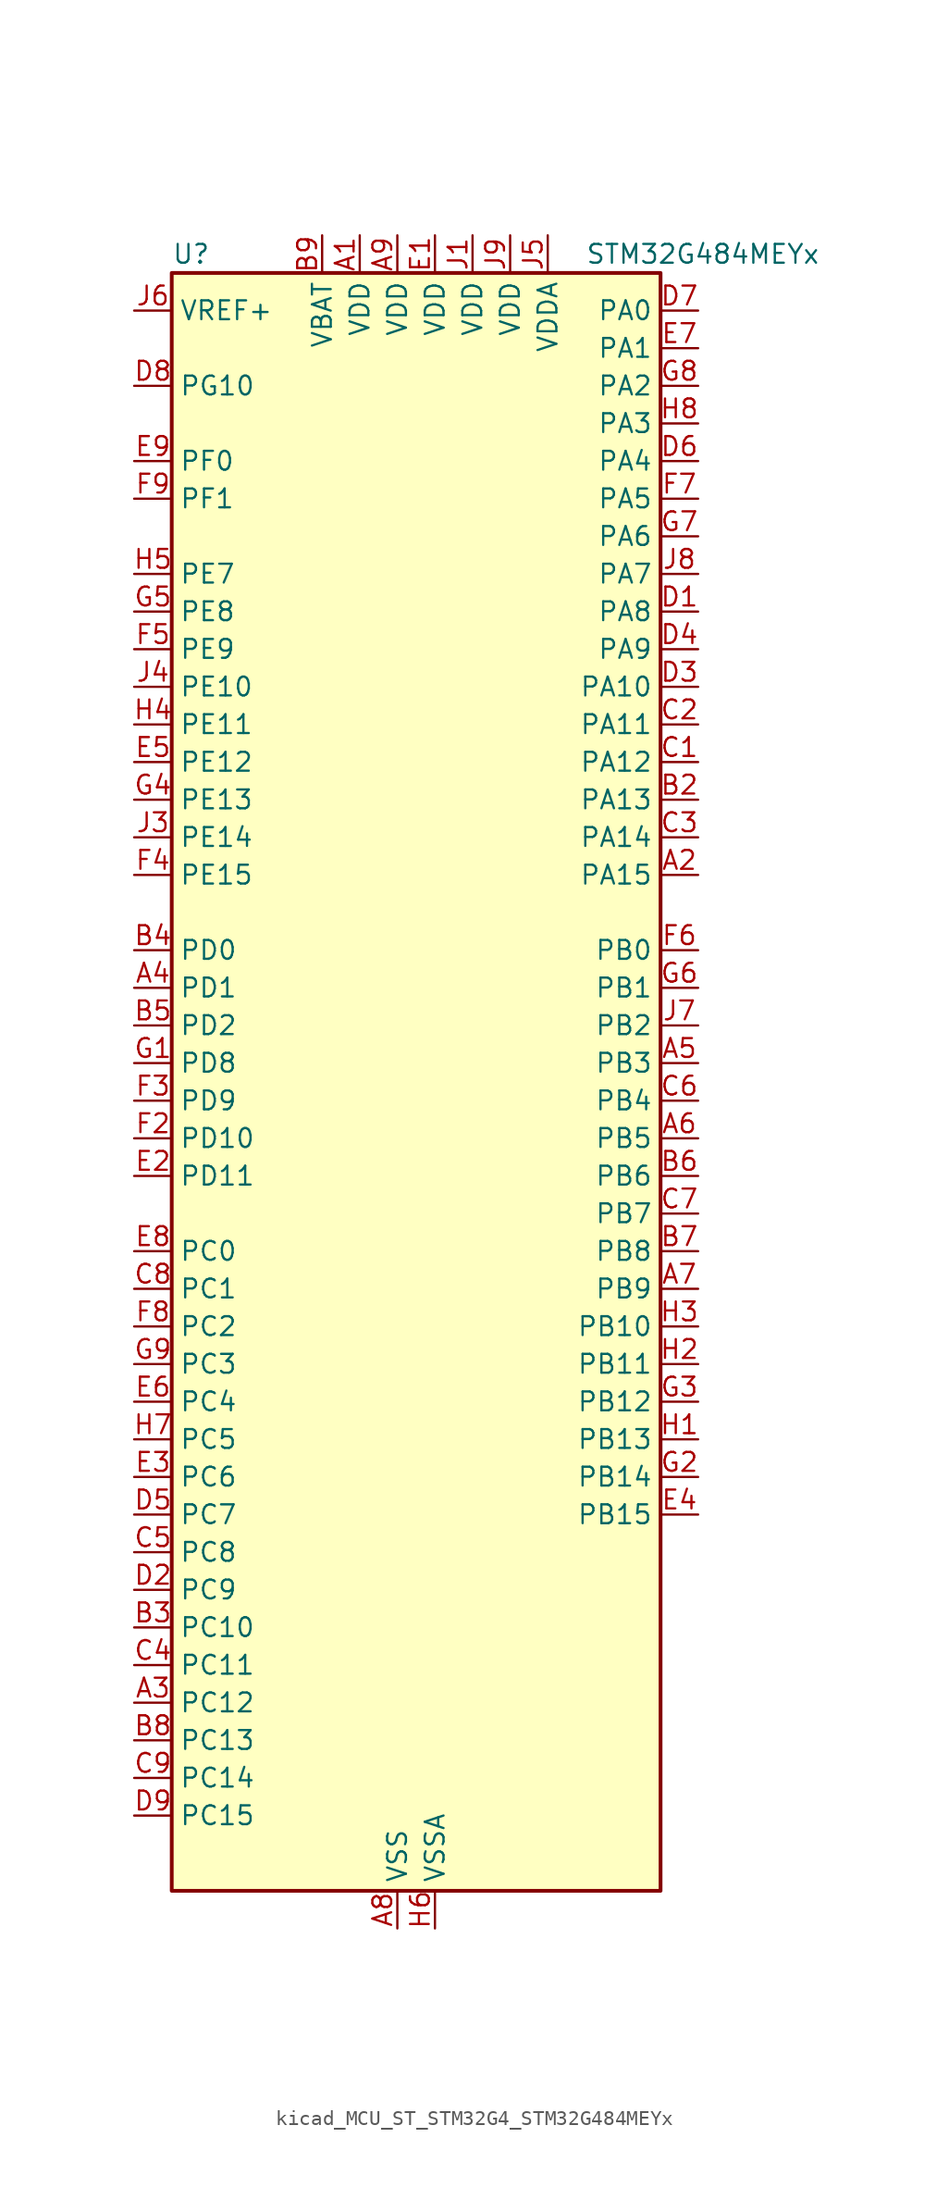
<source format=kicad_sym>
(kicad_symbol_lib
  (version 20220914)
  (generator kicad_symbol_editor)
  (symbol "kicad_MCU_ST_STM32G4_STM32G484MEYx"
    (property "Reference" "U"
      (at -15.24 57.15 0)
      (effects (font (size 1.27 1.27)) (justify left)))
    (property "Value" "STM32G484MEYx"
      (at 12.7 57.15 0)
      (effects (font (size 1.27 1.27)) (justify left)))
    (property "ki_locked" ""
      (at 0 0 0)
      (effects (font (size 1.27 1.27))))
    (symbol "kicad_MCU_ST_STM32G4_STM32G484MEYx_0_1"
      (rectangle (start -15.24 -53.34) (end 17.78 55.88) (stroke (width 0.254) (type default)) (fill (type background))))
    (symbol "kicad_MCU_ST_STM32G4_STM32G484MEYx_1_1"
      (pin power_in line (at -2.54 58.42 270) (length 2.54) (name "VDD" (effects (font (size 1.27 1.27)))) (number "A1" (effects (font (size 1.27 1.27)))))
      (pin bidirectional line (at 20.32 15.24 180) (length 2.54) (name "PA15" (effects (font (size 1.27 1.27)))) (number "A2" (effects (font (size 1.27 1.27)))) (alternate "ADC1_EXTI15" bidirectional line) (alternate "ADC2_EXTI15" bidirectional line) (alternate "FDCAN3_TX" bidirectional line) (alternate "HRTIM1_FLT2" bidirectional line) (alternate "I2C1_SCL" bidirectional line) (alternate "I2S3_WS" bidirectional line) (alternate "SPI1_NSS" bidirectional line) (alternate "SPI3_NSS" bidirectional line) (alternate "SYS_JTDI" bidirectional line) (alternate "TIM1_BKIN" bidirectional line) (alternate "TIM2_CH1" bidirectional line) (alternate "TIM2_ETR" bidirectional line) (alternate "TIM8_CH1" bidirectional line) (alternate "UART4_DE" bidirectional line) (alternate "UART4_RTS" bidirectional line) (alternate "USART2_RX" bidirectional line))
      (pin bidirectional line (at -17.78 -40.64 0) (length 2.54) (name "PC12" (effects (font (size 1.27 1.27)))) (number "A3" (effects (font (size 1.27 1.27)))) (alternate "HRTIM1_EEV1" bidirectional line) (alternate "I2S3_SD" bidirectional line) (alternate "SPI3_MOSI" bidirectional line) (alternate "TIM5_CH2" bidirectional line) (alternate "TIM8_CH3N" bidirectional line) (alternate "UART5_TX" bidirectional line) (alternate "UCPD1_FRSTX1" bidirectional line) (alternate "UCPD1_FRSTX2" bidirectional line) (alternate "USART3_CK" bidirectional line))
      (pin bidirectional line (at -17.78 7.62 0) (length 2.54) (name "PD1" (effects (font (size 1.27 1.27)))) (number "A4" (effects (font (size 1.27 1.27)))) (alternate "FDCAN1_TX" bidirectional line) (alternate "TIM8_BKIN2" bidirectional line) (alternate "TIM8_CH4" bidirectional line))
      (pin bidirectional line (at 20.32 2.54 180) (length 2.54) (name "PB3" (effects (font (size 1.27 1.27)))) (number "A5" (effects (font (size 1.27 1.27)))) (alternate "ADC3_EXTI3" bidirectional line) (alternate "ADC4_EXTI3" bidirectional line) (alternate "ADC5_EXTI3" bidirectional line) (alternate "CRS_SYNC" bidirectional line) (alternate "FDCAN3_RX" bidirectional line) (alternate "HRTIM1_EEV9" bidirectional line) (alternate "HRTIM1_SCOUT" bidirectional line) (alternate "I2S3_CK" bidirectional line) (alternate "SAI1_SCK_B" bidirectional line) (alternate "SPI1_SCK" bidirectional line) (alternate "SPI3_SCK" bidirectional line) (alternate "SYS_JTDO-SWO" bidirectional line) (alternate "TIM2_CH2" bidirectional line) (alternate "TIM3_ETR" bidirectional line) (alternate "TIM4_ETR" bidirectional line) (alternate "TIM8_CH1N" bidirectional line) (alternate "USART2_TX" bidirectional line))
      (pin bidirectional line (at 20.32 -2.54 180) (length 2.54) (name "PB5" (effects (font (size 1.27 1.27)))) (number "A6" (effects (font (size 1.27 1.27)))) (alternate "FDCAN2_RX" bidirectional line) (alternate "HRTIM1_EEV6" bidirectional line) (alternate "I2C1_SMBA" bidirectional line) (alternate "I2C3_SDA" bidirectional line) (alternate "I2S3_SD" bidirectional line) (alternate "LPTIM1_IN1" bidirectional line) (alternate "SAI1_SD_B" bidirectional line) (alternate "SPI1_MOSI" bidirectional line) (alternate "SPI3_MOSI" bidirectional line) (alternate "TIM16_BKIN" bidirectional line) (alternate "TIM17_CH1" bidirectional line) (alternate "TIM3_CH2" bidirectional line) (alternate "TIM8_CH3N" bidirectional line) (alternate "UART5_CTS" bidirectional line) (alternate "USART2_CK" bidirectional line))
      (pin bidirectional line (at 20.32 -12.7 180) (length 2.54) (name "PB9" (effects (font (size 1.27 1.27)))) (number "A7" (effects (font (size 1.27 1.27)))) (alternate "COMP2_OUT" bidirectional line) (alternate "DAC1_EXTI9" bidirectional line) (alternate "DAC2_EXTI9" bidirectional line) (alternate "DAC3_EXTI9" bidirectional line) (alternate "DAC4_EXTI9" bidirectional line) (alternate "FDCAN1_TX" bidirectional line) (alternate "HRTIM1_EEV5" bidirectional line) (alternate "I2C1_SDA" bidirectional line) (alternate "IR_OUT" bidirectional line) (alternate "SAI1_D2" bidirectional line) (alternate "SAI1_FS_A" bidirectional line) (alternate "TIM17_CH1" bidirectional line) (alternate "TIM1_CH3N" bidirectional line) (alternate "TIM4_CH4" bidirectional line) (alternate "TIM8_CH3" bidirectional line) (alternate "USART3_TX" bidirectional line))
      (pin power_in line (at 0 -55.88 90) (length 2.54) (name "VSS" (effects (font (size 1.27 1.27)))) (number "A8" (effects (font (size 1.27 1.27)))))
      (pin power_in line (at 0 58.42 270) (length 2.54) (name "VDD" (effects (font (size 1.27 1.27)))) (number "A9" (effects (font (size 1.27 1.27)))))
      (pin passive line (at 0 -55.88 90) (length 2.54) hide (name "VSS" (effects (font (size 1.27 1.27)))) (number "B1" (effects (font (size 1.27 1.27)))))
      (pin bidirectional line (at 20.32 20.32 180) (length 2.54) (name "PA13" (effects (font (size 1.27 1.27)))) (number "B2" (effects (font (size 1.27 1.27)))) (alternate "I2C1_SCL" bidirectional line) (alternate "I2C4_SCL" bidirectional line) (alternate "IR_OUT" bidirectional line) (alternate "SAI1_SD_B" bidirectional line) (alternate "SYS_JTMS-SWDIO" bidirectional line) (alternate "TIM16_CH1N" bidirectional line) (alternate "TIM4_CH3" bidirectional line) (alternate "USART3_CTS" bidirectional line) (alternate "USART3_NSS" bidirectional line))
      (pin bidirectional line (at -17.78 -35.56 0) (length 2.54) (name "PC10" (effects (font (size 1.27 1.27)))) (number "B3" (effects (font (size 1.27 1.27)))) (alternate "DAC1_EXTI10" bidirectional line) (alternate "DAC2_EXTI10" bidirectional line) (alternate "DAC3_EXTI10" bidirectional line) (alternate "DAC4_EXTI10" bidirectional line) (alternate "HRTIM1_FLT6" bidirectional line) (alternate "I2S3_CK" bidirectional line) (alternate "SPI3_SCK" bidirectional line) (alternate "TIM8_CH1N" bidirectional line) (alternate "UART4_TX" bidirectional line) (alternate "USART3_TX" bidirectional line))
      (pin bidirectional line (at -17.78 10.16 0) (length 2.54) (name "PD0" (effects (font (size 1.27 1.27)))) (number "B4" (effects (font (size 1.27 1.27)))) (alternate "FDCAN1_RX" bidirectional line) (alternate "TIM8_CH4N" bidirectional line))
      (pin bidirectional line (at -17.78 5.08 0) (length 2.54) (name "PD2" (effects (font (size 1.27 1.27)))) (number "B5" (effects (font (size 1.27 1.27)))) (alternate "ADC3_EXTI2" bidirectional line) (alternate "ADC4_EXTI2" bidirectional line) (alternate "ADC5_EXTI2" bidirectional line) (alternate "TIM3_ETR" bidirectional line) (alternate "TIM8_BKIN" bidirectional line) (alternate "UART5_RX" bidirectional line))
      (pin bidirectional line (at 20.32 -5.08 180) (length 2.54) (name "PB6" (effects (font (size 1.27 1.27)))) (number "B6" (effects (font (size 1.27 1.27)))) (alternate "COMP4_OUT" bidirectional line) (alternate "FDCAN2_TX" bidirectional line) (alternate "HRTIM1_EEV4" bidirectional line) (alternate "HRTIM1_SCIN" bidirectional line) (alternate "LPTIM1_ETR" bidirectional line) (alternate "SAI1_FS_B" bidirectional line) (alternate "TIM16_CH1N" bidirectional line) (alternate "TIM4_CH1" bidirectional line) (alternate "TIM8_BKIN2" bidirectional line) (alternate "TIM8_CH1" bidirectional line) (alternate "TIM8_ETR" bidirectional line) (alternate "UCPD1_CC1" bidirectional line) (alternate "USART1_TX" bidirectional line))
      (pin bidirectional line (at 20.32 -10.16 180) (length 2.54) (name "PB8" (effects (font (size 1.27 1.27)))) (number "B7" (effects (font (size 1.27 1.27)))) (alternate "COMP1_OUT" bidirectional line) (alternate "FDCAN1_RX" bidirectional line) (alternate "HRTIM1_EEV8" bidirectional line) (alternate "I2C1_SCL" bidirectional line) (alternate "SAI1_CK1" bidirectional line) (alternate "SAI1_MCLK_A" bidirectional line) (alternate "TIM16_CH1" bidirectional line) (alternate "TIM1_BKIN" bidirectional line) (alternate "TIM4_CH3" bidirectional line) (alternate "TIM8_CH2" bidirectional line) (alternate "USART3_RX" bidirectional line))
      (pin bidirectional line (at -17.78 -43.18 0) (length 2.54) (name "PC13" (effects (font (size 1.27 1.27)))) (number "B8" (effects (font (size 1.27 1.27)))) (alternate "RTC_OUT1" bidirectional line) (alternate "RTC_TAMP1" bidirectional line) (alternate "RTC_TS" bidirectional line) (alternate "SYS_WKUP2" bidirectional line) (alternate "TIM1_BKIN" bidirectional line) (alternate "TIM1_CH1N" bidirectional line) (alternate "TIM8_CH4N" bidirectional line))
      (pin power_in line (at -5.08 58.42 270) (length 2.54) (name "VBAT" (effects (font (size 1.27 1.27)))) (number "B9" (effects (font (size 1.27 1.27)))))
      (pin bidirectional line (at 20.32 22.86 180) (length 2.54) (name "PA12" (effects (font (size 1.27 1.27)))) (number "C1" (effects (font (size 1.27 1.27)))) (alternate "COMP2_OUT" bidirectional line) (alternate "FDCAN1_TX" bidirectional line) (alternate "HRTIM1_FLT1" bidirectional line) (alternate "I2S_CKIN" bidirectional line) (alternate "TIM16_CH1" bidirectional line) (alternate "TIM1_CH2N" bidirectional line) (alternate "TIM1_ETR" bidirectional line) (alternate "TIM4_CH2" bidirectional line) (alternate "USART1_DE" bidirectional line) (alternate "USART1_RTS" bidirectional line) (alternate "USB_DP" bidirectional line))
      (pin bidirectional line (at 20.32 25.4 180) (length 2.54) (name "PA11" (effects (font (size 1.27 1.27)))) (number "C2" (effects (font (size 1.27 1.27)))) (alternate "ADC1_EXTI11" bidirectional line) (alternate "ADC2_EXTI11" bidirectional line) (alternate "COMP1_OUT" bidirectional line) (alternate "FDCAN1_RX" bidirectional line) (alternate "HRTIM1_CHB2" bidirectional line) (alternate "I2S2_SD" bidirectional line) (alternate "SPI2_MOSI" bidirectional line) (alternate "TIM1_BKIN2" bidirectional line) (alternate "TIM1_CH1N" bidirectional line) (alternate "TIM1_CH4" bidirectional line) (alternate "TIM4_CH1" bidirectional line) (alternate "USART1_CTS" bidirectional line) (alternate "USART1_NSS" bidirectional line) (alternate "USB_DM" bidirectional line))
      (pin bidirectional line (at 20.32 17.78 180) (length 2.54) (name "PA14" (effects (font (size 1.27 1.27)))) (number "C3" (effects (font (size 1.27 1.27)))) (alternate "I2C1_SDA" bidirectional line) (alternate "I2C4_SMBA" bidirectional line) (alternate "LPTIM1_OUT" bidirectional line) (alternate "SAI1_FS_B" bidirectional line) (alternate "SYS_JTCK-SWCLK" bidirectional line) (alternate "TIM1_BKIN" bidirectional line) (alternate "TIM8_CH2" bidirectional line) (alternate "USART2_TX" bidirectional line))
      (pin bidirectional line (at -17.78 -38.1 0) (length 2.54) (name "PC11" (effects (font (size 1.27 1.27)))) (number "C4" (effects (font (size 1.27 1.27)))) (alternate "ADC1_EXTI11" bidirectional line) (alternate "ADC2_EXTI11" bidirectional line) (alternate "HRTIM1_EEV2" bidirectional line) (alternate "I2C3_SDA" bidirectional line) (alternate "SPI3_MISO" bidirectional line) (alternate "TIM8_CH2N" bidirectional line) (alternate "UART4_RX" bidirectional line) (alternate "USART3_RX" bidirectional line))
      (pin bidirectional line (at -17.78 -30.48 0) (length 2.54) (name "PC8" (effects (font (size 1.27 1.27)))) (number "C5" (effects (font (size 1.27 1.27)))) (alternate "COMP7_OUT" bidirectional line) (alternate "HRTIM1_CHE1" bidirectional line) (alternate "I2C3_SCL" bidirectional line) (alternate "TIM20_CH3" bidirectional line) (alternate "TIM3_CH3" bidirectional line) (alternate "TIM8_CH3" bidirectional line))
      (pin bidirectional line (at 20.32 0 180) (length 2.54) (name "PB4" (effects (font (size 1.27 1.27)))) (number "C6" (effects (font (size 1.27 1.27)))) (alternate "FDCAN3_TX" bidirectional line) (alternate "HRTIM1_EEV7" bidirectional line) (alternate "SAI1_MCLK_B" bidirectional line) (alternate "SPI1_MISO" bidirectional line) (alternate "SPI3_MISO" bidirectional line) (alternate "SYS_JTRST" bidirectional line) (alternate "TIM16_CH1" bidirectional line) (alternate "TIM17_BKIN" bidirectional line) (alternate "TIM3_CH1" bidirectional line) (alternate "TIM8_CH2N" bidirectional line) (alternate "UART5_DE" bidirectional line) (alternate "UART5_RTS" bidirectional line) (alternate "UCPD1_CC2" bidirectional line) (alternate "USART2_RX" bidirectional line))
      (pin bidirectional line (at 20.32 -7.62 180) (length 2.54) (name "PB7" (effects (font (size 1.27 1.27)))) (number "C7" (effects (font (size 1.27 1.27)))) (alternate "COMP3_OUT" bidirectional line) (alternate "HRTIM1_EEV3" bidirectional line) (alternate "I2C1_SDA" bidirectional line) (alternate "I2C4_SDA" bidirectional line) (alternate "LPTIM1_IN2" bidirectional line) (alternate "SYS_PVD_IN" bidirectional line) (alternate "TIM17_CH1N" bidirectional line) (alternate "TIM3_CH4" bidirectional line) (alternate "TIM4_CH2" bidirectional line) (alternate "TIM8_BKIN" bidirectional line) (alternate "UART4_CTS" bidirectional line) (alternate "USART1_RX" bidirectional line))
      (pin bidirectional line (at -17.78 -12.7 0) (length 2.54) (name "PC1" (effects (font (size 1.27 1.27)))) (number "C8" (effects (font (size 1.27 1.27)))) (alternate "ADC1_IN7" bidirectional line) (alternate "ADC2_IN7" bidirectional line) (alternate "COMP3_INP" bidirectional line) (alternate "LPTIM1_OUT" bidirectional line) (alternate "LPUART1_TX" bidirectional line) (alternate "QUADSPI1_BK2_IO0" bidirectional line) (alternate "SAI1_SD_A" bidirectional line) (alternate "TIM1_CH2" bidirectional line))
      (pin bidirectional line (at -17.78 -45.72 0) (length 2.54) (name "PC14" (effects (font (size 1.27 1.27)))) (number "C9" (effects (font (size 1.27 1.27)))) (alternate "RCC_OSC32_IN" bidirectional line))
      (pin bidirectional line (at 20.32 33.02 180) (length 2.54) (name "PA8" (effects (font (size 1.27 1.27)))) (number "D1" (effects (font (size 1.27 1.27)))) (alternate "ADC5_IN1" bidirectional line) (alternate "COMP7_OUT" bidirectional line) (alternate "FDCAN3_RX" bidirectional line) (alternate "HRTIM1_CHA1" bidirectional line) (alternate "I2C2_SDA" bidirectional line) (alternate "I2C3_SCL" bidirectional line) (alternate "I2S2_MCK" bidirectional line) (alternate "OPAMP5_VOUT" bidirectional line) (alternate "RCC_MCO" bidirectional line) (alternate "SAI1_CK2" bidirectional line) (alternate "SAI1_SCK_A" bidirectional line) (alternate "TIM1_CH1" bidirectional line) (alternate "TIM4_ETR" bidirectional line) (alternate "USART1_CK" bidirectional line))
      (pin bidirectional line (at -17.78 -33.02 0) (length 2.54) (name "PC9" (effects (font (size 1.27 1.27)))) (number "D2" (effects (font (size 1.27 1.27)))) (alternate "DAC1_EXTI9" bidirectional line) (alternate "DAC2_EXTI9" bidirectional line) (alternate "DAC3_EXTI9" bidirectional line) (alternate "DAC4_EXTI9" bidirectional line) (alternate "HRTIM1_CHE2" bidirectional line) (alternate "I2C3_SDA" bidirectional line) (alternate "I2S_CKIN" bidirectional line) (alternate "TIM3_CH4" bidirectional line) (alternate "TIM8_BKIN2" bidirectional line) (alternate "TIM8_CH4" bidirectional line))
      (pin bidirectional line (at 20.32 27.94 180) (length 2.54) (name "PA10" (effects (font (size 1.27 1.27)))) (number "D3" (effects (font (size 1.27 1.27)))) (alternate "COMP6_OUT" bidirectional line) (alternate "CRS_SYNC" bidirectional line) (alternate "DAC1_EXTI10" bidirectional line) (alternate "DAC2_EXTI10" bidirectional line) (alternate "DAC3_EXTI10" bidirectional line) (alternate "DAC4_EXTI10" bidirectional line) (alternate "HRTIM1_CHB1" bidirectional line) (alternate "I2C2_SMBA" bidirectional line) (alternate "SAI1_D1" bidirectional line) (alternate "SAI1_SD_A" bidirectional line) (alternate "SPI2_MISO" bidirectional line) (alternate "TIM17_BKIN" bidirectional line) (alternate "TIM1_CH3" bidirectional line) (alternate "TIM2_CH4" bidirectional line) (alternate "TIM8_BKIN" bidirectional line) (alternate "UCPD1_DBCC2" bidirectional line) (alternate "USART1_RX" bidirectional line))
      (pin bidirectional line (at 20.32 30.48 180) (length 2.54) (name "PA9" (effects (font (size 1.27 1.27)))) (number "D4" (effects (font (size 1.27 1.27)))) (alternate "ADC5_IN2" bidirectional line) (alternate "COMP5_OUT" bidirectional line) (alternate "DAC1_EXTI9" bidirectional line) (alternate "DAC2_EXTI9" bidirectional line) (alternate "DAC3_EXTI9" bidirectional line) (alternate "DAC4_EXTI9" bidirectional line) (alternate "HRTIM1_CHA2" bidirectional line) (alternate "I2C2_SCL" bidirectional line) (alternate "I2C3_SMBA" bidirectional line) (alternate "I2S3_MCK" bidirectional line) (alternate "SAI1_FS_A" bidirectional line) (alternate "TIM15_BKIN" bidirectional line) (alternate "TIM1_CH2" bidirectional line) (alternate "TIM2_CH3" bidirectional line) (alternate "UCPD1_DBCC1" bidirectional line) (alternate "USART1_TX" bidirectional line))
      (pin bidirectional line (at -17.78 -27.94 0) (length 2.54) (name "PC7" (effects (font (size 1.27 1.27)))) (number "D5" (effects (font (size 1.27 1.27)))) (alternate "COMP5_OUT" bidirectional line) (alternate "HRTIM1_CHF2" bidirectional line) (alternate "HRTIM1_FLT5" bidirectional line) (alternate "I2C4_SDA" bidirectional line) (alternate "I2S3_MCK" bidirectional line) (alternate "TIM3_CH2" bidirectional line) (alternate "TIM8_CH2" bidirectional line))
      (pin bidirectional line (at 20.32 43.18 180) (length 2.54) (name "PA4" (effects (font (size 1.27 1.27)))) (number "D6" (effects (font (size 1.27 1.27)))) (alternate "ADC2_IN17" bidirectional line) (alternate "COMP1_INM" bidirectional line) (alternate "DAC1_OUT1" bidirectional line) (alternate "I2S3_WS" bidirectional line) (alternate "SAI1_FS_B" bidirectional line) (alternate "SPI1_NSS" bidirectional line) (alternate "SPI3_NSS" bidirectional line) (alternate "TIM3_CH2" bidirectional line) (alternate "USART2_CK" bidirectional line))
      (pin bidirectional line (at 20.32 53.34 180) (length 2.54) (name "PA0" (effects (font (size 1.27 1.27)))) (number "D7" (effects (font (size 1.27 1.27)))) (alternate "ADC1_IN1" bidirectional line) (alternate "ADC2_IN1" bidirectional line) (alternate "COMP1_INM" bidirectional line) (alternate "COMP1_OUT" bidirectional line) (alternate "COMP3_INP" bidirectional line) (alternate "RTC_TAMP2" bidirectional line) (alternate "SYS_WKUP1" bidirectional line) (alternate "TIM2_CH1" bidirectional line) (alternate "TIM2_ETR" bidirectional line) (alternate "TIM5_CH1" bidirectional line) (alternate "TIM8_BKIN" bidirectional line) (alternate "TIM8_ETR" bidirectional line) (alternate "USART2_CTS" bidirectional line) (alternate "USART2_NSS" bidirectional line))
      (pin bidirectional line (at -17.78 48.26 0) (length 2.54) (name "PG10" (effects (font (size 1.27 1.27)))) (number "D8" (effects (font (size 1.27 1.27)))) (alternate "DAC1_EXTI10" bidirectional line) (alternate "DAC2_EXTI10" bidirectional line) (alternate "DAC3_EXTI10" bidirectional line) (alternate "DAC4_EXTI10" bidirectional line) (alternate "RCC_MCO" bidirectional line))
      (pin bidirectional line (at -17.78 -48.26 0) (length 2.54) (name "PC15" (effects (font (size 1.27 1.27)))) (number "D9" (effects (font (size 1.27 1.27)))) (alternate "ADC1_EXTI15" bidirectional line) (alternate "ADC2_EXTI15" bidirectional line) (alternate "RCC_OSC32_OUT" bidirectional line))
      (pin power_in line (at 2.54 58.42 270) (length 2.54) (name "VDD" (effects (font (size 1.27 1.27)))) (number "E1" (effects (font (size 1.27 1.27)))))
      (pin bidirectional line (at -17.78 -5.08 0) (length 2.54) (name "PD11" (effects (font (size 1.27 1.27)))) (number "E2" (effects (font (size 1.27 1.27)))) (alternate "ADC1_EXTI11" bidirectional line) (alternate "ADC2_EXTI11" bidirectional line) (alternate "ADC3_IN8" bidirectional line) (alternate "ADC4_IN8" bidirectional line) (alternate "ADC5_IN8" bidirectional line) (alternate "COMP6_INP" bidirectional line) (alternate "I2C4_SMBA" bidirectional line) (alternate "OPAMP4_VINP" bidirectional line) (alternate "OPAMP4_VINP_SEC" bidirectional line) (alternate "TIM5_ETR" bidirectional line) (alternate "USART3_CTS" bidirectional line) (alternate "USART3_NSS" bidirectional line))
      (pin bidirectional line (at -17.78 -25.4 0) (length 2.54) (name "PC6" (effects (font (size 1.27 1.27)))) (number "E3" (effects (font (size 1.27 1.27)))) (alternate "COMP6_OUT" bidirectional line) (alternate "HRTIM1_CHF1" bidirectional line) (alternate "HRTIM1_EEV10" bidirectional line) (alternate "I2C4_SCL" bidirectional line) (alternate "I2S2_MCK" bidirectional line) (alternate "TIM3_CH1" bidirectional line) (alternate "TIM8_CH1" bidirectional line))
      (pin bidirectional line (at 20.32 -27.94 180) (length 2.54) (name "PB15" (effects (font (size 1.27 1.27)))) (number "E4" (effects (font (size 1.27 1.27)))) (alternate "ADC1_EXTI15" bidirectional line) (alternate "ADC2_EXTI15" bidirectional line) (alternate "ADC2_IN15" bidirectional line) (alternate "ADC4_IN5" bidirectional line) (alternate "COMP3_OUT" bidirectional line) (alternate "COMP6_INM" bidirectional line) (alternate "HRTIM1_CHD2" bidirectional line) (alternate "I2S2_SD" bidirectional line) (alternate "OPAMP5_VINM" bidirectional line) (alternate "OPAMP5_VINM0" bidirectional line) (alternate "OPAMP5_VINM_SEC" bidirectional line) (alternate "RTC_REFIN" bidirectional line) (alternate "SPI2_MOSI" bidirectional line) (alternate "TIM15_CH1N" bidirectional line) (alternate "TIM15_CH2" bidirectional line) (alternate "TIM1_CH3N" bidirectional line))
      (pin bidirectional line (at -17.78 22.86 0) (length 2.54) (name "PE12" (effects (font (size 1.27 1.27)))) (number "E5" (effects (font (size 1.27 1.27)))) (alternate "ADC3_IN16" bidirectional line) (alternate "ADC4_IN16" bidirectional line) (alternate "ADC5_IN16" bidirectional line) (alternate "QUADSPI1_BK1_IO0" bidirectional line) (alternate "SPI4_SCK" bidirectional line) (alternate "TIM1_CH3N" bidirectional line))
      (pin bidirectional line (at -17.78 -20.32 0) (length 2.54) (name "PC4" (effects (font (size 1.27 1.27)))) (number "E6" (effects (font (size 1.27 1.27)))) (alternate "ADC2_IN5" bidirectional line) (alternate "I2C2_SCL" bidirectional line) (alternate "QUADSPI1_BK2_IO3" bidirectional line) (alternate "TIM1_ETR" bidirectional line) (alternate "USART1_TX" bidirectional line))
      (pin bidirectional line (at 20.32 50.8 180) (length 2.54) (name "PA1" (effects (font (size 1.27 1.27)))) (number "E7" (effects (font (size 1.27 1.27)))) (alternate "ADC1_IN2" bidirectional line) (alternate "ADC2_IN2" bidirectional line) (alternate "COMP1_INP" bidirectional line) (alternate "OPAMP1_VINP" bidirectional line) (alternate "OPAMP1_VINP_SEC" bidirectional line) (alternate "OPAMP3_VINP" bidirectional line) (alternate "OPAMP3_VINP_SEC" bidirectional line) (alternate "OPAMP6_VINM" bidirectional line) (alternate "OPAMP6_VINM0" bidirectional line) (alternate "OPAMP6_VINM_SEC" bidirectional line) (alternate "RTC_REFIN" bidirectional line) (alternate "TIM15_CH1N" bidirectional line) (alternate "TIM2_CH2" bidirectional line) (alternate "TIM5_CH2" bidirectional line) (alternate "USART2_DE" bidirectional line) (alternate "USART2_RTS" bidirectional line))
      (pin bidirectional line (at -17.78 -10.16 0) (length 2.54) (name "PC0" (effects (font (size 1.27 1.27)))) (number "E8" (effects (font (size 1.27 1.27)))) (alternate "ADC1_IN6" bidirectional line) (alternate "ADC2_IN6" bidirectional line) (alternate "COMP3_INM" bidirectional line) (alternate "LPTIM1_IN1" bidirectional line) (alternate "LPUART1_RX" bidirectional line) (alternate "TIM1_CH1" bidirectional line))
      (pin bidirectional line (at -17.78 43.18 0) (length 2.54) (name "PF0" (effects (font (size 1.27 1.27)))) (number "E9" (effects (font (size 1.27 1.27)))) (alternate "ADC1_IN10" bidirectional line) (alternate "I2C2_SDA" bidirectional line) (alternate "I2S2_WS" bidirectional line) (alternate "RCC_OSC_IN" bidirectional line) (alternate "SPI2_NSS" bidirectional line) (alternate "TIM1_CH3N" bidirectional line))
      (pin passive line (at 0 -55.88 90) (length 2.54) hide (name "VSS" (effects (font (size 1.27 1.27)))) (number "F1" (effects (font (size 1.27 1.27)))))
      (pin bidirectional line (at -17.78 -2.54 0) (length 2.54) (name "PD10" (effects (font (size 1.27 1.27)))) (number "F2" (effects (font (size 1.27 1.27)))) (alternate "ADC3_IN7" bidirectional line) (alternate "ADC4_IN7" bidirectional line) (alternate "ADC5_IN7" bidirectional line) (alternate "COMP6_INM" bidirectional line) (alternate "DAC1_EXTI10" bidirectional line) (alternate "DAC2_EXTI10" bidirectional line) (alternate "DAC3_EXTI10" bidirectional line) (alternate "DAC4_EXTI10" bidirectional line) (alternate "USART3_CK" bidirectional line))
      (pin bidirectional line (at -17.78 0 0) (length 2.54) (name "PD9" (effects (font (size 1.27 1.27)))) (number "F3" (effects (font (size 1.27 1.27)))) (alternate "ADC4_IN13" bidirectional line) (alternate "ADC5_IN13" bidirectional line) (alternate "DAC1_EXTI9" bidirectional line) (alternate "DAC2_EXTI9" bidirectional line) (alternate "DAC3_EXTI9" bidirectional line) (alternate "DAC4_EXTI9" bidirectional line) (alternate "OPAMP6_VINP" bidirectional line) (alternate "OPAMP6_VINP_SEC" bidirectional line) (alternate "USART3_RX" bidirectional line))
      (pin bidirectional line (at -17.78 15.24 0) (length 2.54) (name "PE15" (effects (font (size 1.27 1.27)))) (number "F4" (effects (font (size 1.27 1.27)))) (alternate "ADC1_EXTI15" bidirectional line) (alternate "ADC2_EXTI15" bidirectional line) (alternate "ADC4_IN2" bidirectional line) (alternate "QUADSPI1_BK1_IO3" bidirectional line) (alternate "TIM1_BKIN" bidirectional line) (alternate "TIM1_CH4N" bidirectional line) (alternate "USART3_RX" bidirectional line))
      (pin bidirectional line (at -17.78 30.48 0) (length 2.54) (name "PE9" (effects (font (size 1.27 1.27)))) (number "F5" (effects (font (size 1.27 1.27)))) (alternate "ADC3_IN2" bidirectional line) (alternate "DAC1_EXTI9" bidirectional line) (alternate "DAC2_EXTI9" bidirectional line) (alternate "DAC3_EXTI9" bidirectional line) (alternate "DAC4_EXTI9" bidirectional line) (alternate "SAI1_FS_B" bidirectional line) (alternate "TIM1_CH1" bidirectional line) (alternate "TIM5_CH4" bidirectional line))
      (pin bidirectional line (at 20.32 10.16 180) (length 2.54) (name "PB0" (effects (font (size 1.27 1.27)))) (number "F6" (effects (font (size 1.27 1.27)))) (alternate "ADC1_IN15" bidirectional line) (alternate "ADC3_IN12" bidirectional line) (alternate "COMP4_INP" bidirectional line) (alternate "HRTIM1_FLT5" bidirectional line) (alternate "OPAMP2_VINP" bidirectional line) (alternate "OPAMP2_VINP_SEC" bidirectional line) (alternate "OPAMP3_VINP" bidirectional line) (alternate "OPAMP3_VINP_SEC" bidirectional line) (alternate "QUADSPI1_BK1_IO1" bidirectional line) (alternate "TIM1_CH2N" bidirectional line) (alternate "TIM3_CH3" bidirectional line) (alternate "TIM8_CH2N" bidirectional line) (alternate "UCPD1_FRSTX1" bidirectional line) (alternate "UCPD1_FRSTX2" bidirectional line))
      (pin bidirectional line (at 20.32 40.64 180) (length 2.54) (name "PA5" (effects (font (size 1.27 1.27)))) (number "F7" (effects (font (size 1.27 1.27)))) (alternate "ADC2_IN13" bidirectional line) (alternate "COMP2_INM" bidirectional line) (alternate "DAC1_OUT2" bidirectional line) (alternate "OPAMP2_VINM" bidirectional line) (alternate "OPAMP2_VINM0" bidirectional line) (alternate "OPAMP2_VINM_SEC" bidirectional line) (alternate "SPI1_SCK" bidirectional line) (alternate "TIM2_CH1" bidirectional line) (alternate "TIM2_ETR" bidirectional line) (alternate "UCPD1_FRSTX1" bidirectional line) (alternate "UCPD1_FRSTX2" bidirectional line))
      (pin bidirectional line (at -17.78 -15.24 0) (length 2.54) (name "PC2" (effects (font (size 1.27 1.27)))) (number "F8" (effects (font (size 1.27 1.27)))) (alternate "ADC1_IN8" bidirectional line) (alternate "ADC2_IN8" bidirectional line) (alternate "ADC3_EXTI2" bidirectional line) (alternate "ADC4_EXTI2" bidirectional line) (alternate "ADC5_EXTI2" bidirectional line) (alternate "COMP3_OUT" bidirectional line) (alternate "LPTIM1_IN2" bidirectional line) (alternate "QUADSPI1_BK2_IO1" bidirectional line) (alternate "TIM1_CH3" bidirectional line) (alternate "TIM20_CH2" bidirectional line))
      (pin bidirectional line (at -17.78 40.64 0) (length 2.54) (name "PF1" (effects (font (size 1.27 1.27)))) (number "F9" (effects (font (size 1.27 1.27)))) (alternate "ADC2_IN10" bidirectional line) (alternate "COMP3_INM" bidirectional line) (alternate "I2S2_CK" bidirectional line) (alternate "RCC_OSC_OUT" bidirectional line) (alternate "SPI2_SCK" bidirectional line))
      (pin bidirectional line (at -17.78 2.54 0) (length 2.54) (name "PD8" (effects (font (size 1.27 1.27)))) (number "G1" (effects (font (size 1.27 1.27)))) (alternate "ADC4_IN12" bidirectional line) (alternate "ADC5_IN12" bidirectional line) (alternate "OPAMP4_VINM" bidirectional line) (alternate "OPAMP4_VINM1" bidirectional line) (alternate "OPAMP4_VINM_SEC" bidirectional line) (alternate "USART3_TX" bidirectional line))
      (pin bidirectional line (at 20.32 -25.4 180) (length 2.54) (name "PB14" (effects (font (size 1.27 1.27)))) (number "G2" (effects (font (size 1.27 1.27)))) (alternate "ADC1_IN5" bidirectional line) (alternate "ADC4_IN4" bidirectional line) (alternate "COMP4_OUT" bidirectional line) (alternate "COMP7_INP" bidirectional line) (alternate "HRTIM1_CHD1" bidirectional line) (alternate "OPAMP2_VINP" bidirectional line) (alternate "OPAMP2_VINP_SEC" bidirectional line) (alternate "OPAMP5_VINP" bidirectional line) (alternate "OPAMP5_VINP_SEC" bidirectional line) (alternate "SPI2_MISO" bidirectional line) (alternate "TIM15_CH1" bidirectional line) (alternate "TIM1_CH2N" bidirectional line) (alternate "USART3_DE" bidirectional line) (alternate "USART3_RTS" bidirectional line))
      (pin bidirectional line (at 20.32 -20.32 180) (length 2.54) (name "PB12" (effects (font (size 1.27 1.27)))) (number "G3" (effects (font (size 1.27 1.27)))) (alternate "ADC1_IN11" bidirectional line) (alternate "ADC4_IN3" bidirectional line) (alternate "COMP7_INM" bidirectional line) (alternate "FDCAN2_RX" bidirectional line) (alternate "HRTIM1_CHC1" bidirectional line) (alternate "I2C2_SMBA" bidirectional line) (alternate "I2S2_WS" bidirectional line) (alternate "LPUART1_DE" bidirectional line) (alternate "LPUART1_RTS" bidirectional line) (alternate "OPAMP4_VOUT" bidirectional line) (alternate "OPAMP6_VINP" bidirectional line) (alternate "OPAMP6_VINP_SEC" bidirectional line) (alternate "SPI2_NSS" bidirectional line) (alternate "TIM1_BKIN" bidirectional line) (alternate "TIM5_ETR" bidirectional line) (alternate "USART3_CK" bidirectional line))
      (pin bidirectional line (at -17.78 20.32 0) (length 2.54) (name "PE13" (effects (font (size 1.27 1.27)))) (number "G4" (effects (font (size 1.27 1.27)))) (alternate "ADC3_IN3" bidirectional line) (alternate "QUADSPI1_BK1_IO1" bidirectional line) (alternate "SPI4_MISO" bidirectional line) (alternate "TIM1_CH3" bidirectional line))
      (pin bidirectional line (at -17.78 33.02 0) (length 2.54) (name "PE8" (effects (font (size 1.27 1.27)))) (number "G5" (effects (font (size 1.27 1.27)))) (alternate "ADC3_IN6" bidirectional line) (alternate "ADC4_IN6" bidirectional line) (alternate "ADC5_IN6" bidirectional line) (alternate "COMP4_INM" bidirectional line) (alternate "SAI1_SCK_B" bidirectional line) (alternate "TIM1_CH1N" bidirectional line) (alternate "TIM5_CH3" bidirectional line))
      (pin bidirectional line (at 20.32 7.62 180) (length 2.54) (name "PB1" (effects (font (size 1.27 1.27)))) (number "G6" (effects (font (size 1.27 1.27)))) (alternate "ADC1_IN12" bidirectional line) (alternate "ADC3_IN1" bidirectional line) (alternate "COMP1_INP" bidirectional line) (alternate "COMP4_OUT" bidirectional line) (alternate "HRTIM1_SCOUT" bidirectional line) (alternate "LPUART1_DE" bidirectional line) (alternate "LPUART1_RTS" bidirectional line) (alternate "OPAMP3_VOUT" bidirectional line) (alternate "OPAMP6_VINM" bidirectional line) (alternate "OPAMP6_VINM1" bidirectional line) (alternate "OPAMP6_VINM_SEC" bidirectional line) (alternate "QUADSPI1_BK1_IO0" bidirectional line) (alternate "TIM1_CH3N" bidirectional line) (alternate "TIM3_CH4" bidirectional line) (alternate "TIM8_CH3N" bidirectional line))
      (pin bidirectional line (at 20.32 38.1 180) (length 2.54) (name "PA6" (effects (font (size 1.27 1.27)))) (number "G7" (effects (font (size 1.27 1.27)))) (alternate "ADC2_IN3" bidirectional line) (alternate "COMP1_OUT" bidirectional line) (alternate "DAC2_OUT1" bidirectional line) (alternate "LPUART1_CTS" bidirectional line) (alternate "OPAMP2_VOUT" bidirectional line) (alternate "QUADSPI1_BK1_IO3" bidirectional line) (alternate "SPI1_MISO" bidirectional line) (alternate "TIM16_CH1" bidirectional line) (alternate "TIM1_BKIN" bidirectional line) (alternate "TIM3_CH1" bidirectional line) (alternate "TIM8_BKIN" bidirectional line))
      (pin bidirectional line (at 20.32 48.26 180) (length 2.54) (name "PA2" (effects (font (size 1.27 1.27)))) (number "G8" (effects (font (size 1.27 1.27)))) (alternate "ADC1_IN3" bidirectional line) (alternate "ADC3_EXTI2" bidirectional line) (alternate "ADC4_EXTI2" bidirectional line) (alternate "ADC5_EXTI2" bidirectional line) (alternate "COMP2_INM" bidirectional line) (alternate "COMP2_OUT" bidirectional line) (alternate "LPUART1_TX" bidirectional line) (alternate "OPAMP1_VOUT" bidirectional line) (alternate "QUADSPI1_BK1_NCS" bidirectional line) (alternate "RCC_LSCO" bidirectional line) (alternate "SYS_WKUP4" bidirectional line) (alternate "TIM15_CH1" bidirectional line) (alternate "TIM2_CH3" bidirectional line) (alternate "TIM5_CH3" bidirectional line) (alternate "UCPD1_FRSTX1" bidirectional line) (alternate "UCPD1_FRSTX2" bidirectional line) (alternate "USART2_TX" bidirectional line))
      (pin bidirectional line (at -17.78 -17.78 0) (length 2.54) (name "PC3" (effects (font (size 1.27 1.27)))) (number "G9" (effects (font (size 1.27 1.27)))) (alternate "ADC1_IN9" bidirectional line) (alternate "ADC2_IN9" bidirectional line) (alternate "ADC3_EXTI3" bidirectional line) (alternate "ADC4_EXTI3" bidirectional line) (alternate "ADC5_EXTI3" bidirectional line) (alternate "LPTIM1_ETR" bidirectional line) (alternate "OPAMP5_VINP" bidirectional line) (alternate "OPAMP5_VINP_SEC" bidirectional line) (alternate "QUADSPI1_BK2_IO2" bidirectional line) (alternate "SAI1_D1" bidirectional line) (alternate "SAI1_SD_A" bidirectional line) (alternate "TIM1_BKIN2" bidirectional line) (alternate "TIM1_CH4" bidirectional line))
      (pin bidirectional line (at 20.32 -22.86 180) (length 2.54) (name "PB13" (effects (font (size 1.27 1.27)))) (number "H1" (effects (font (size 1.27 1.27)))) (alternate "ADC3_IN5" bidirectional line) (alternate "COMP5_INP" bidirectional line) (alternate "FDCAN2_TX" bidirectional line) (alternate "HRTIM1_CHC2" bidirectional line) (alternate "I2S2_CK" bidirectional line) (alternate "LPUART1_CTS" bidirectional line) (alternate "OPAMP3_VINP" bidirectional line) (alternate "OPAMP3_VINP_SEC" bidirectional line) (alternate "OPAMP4_VINP" bidirectional line) (alternate "OPAMP4_VINP_SEC" bidirectional line) (alternate "OPAMP6_VINP" bidirectional line) (alternate "OPAMP6_VINP_SEC" bidirectional line) (alternate "SPI2_SCK" bidirectional line) (alternate "TIM1_CH1N" bidirectional line) (alternate "USART3_CTS" bidirectional line) (alternate "USART3_NSS" bidirectional line))
      (pin bidirectional line (at 20.32 -17.78 180) (length 2.54) (name "PB11" (effects (font (size 1.27 1.27)))) (number "H2" (effects (font (size 1.27 1.27)))) (alternate "ADC1_EXTI11" bidirectional line) (alternate "ADC1_IN14" bidirectional line) (alternate "ADC2_EXTI11" bidirectional line) (alternate "ADC2_IN14" bidirectional line) (alternate "COMP6_INP" bidirectional line) (alternate "HRTIM1_FLT4" bidirectional line) (alternate "LPUART1_TX" bidirectional line) (alternate "OPAMP4_VINP" bidirectional line) (alternate "OPAMP4_VINP_SEC" bidirectional line) (alternate "OPAMP6_VOUT" bidirectional line) (alternate "QUADSPI1_BK1_NCS" bidirectional line) (alternate "TIM2_CH4" bidirectional line) (alternate "USART3_RX" bidirectional line))
      (pin bidirectional line (at 20.32 -15.24 180) (length 2.54) (name "PB10" (effects (font (size 1.27 1.27)))) (number "H3" (effects (font (size 1.27 1.27)))) (alternate "COMP5_INM" bidirectional line) (alternate "DAC1_EXTI10" bidirectional line) (alternate "DAC2_EXTI10" bidirectional line) (alternate "DAC3_EXTI10" bidirectional line) (alternate "DAC4_EXTI10" bidirectional line) (alternate "HRTIM1_FLT3" bidirectional line) (alternate "LPUART1_RX" bidirectional line) (alternate "OPAMP3_VINM" bidirectional line) (alternate "OPAMP3_VINM1" bidirectional line) (alternate "OPAMP3_VINM_SEC" bidirectional line) (alternate "OPAMP4_VINM" bidirectional line) (alternate "OPAMP4_VINM0" bidirectional line) (alternate "OPAMP4_VINM_SEC" bidirectional line) (alternate "QUADSPI1_CLK" bidirectional line) (alternate "SAI1_SCK_A" bidirectional line) (alternate "TIM1_BKIN" bidirectional line) (alternate "TIM2_CH3" bidirectional line) (alternate "USART3_TX" bidirectional line))
      (pin bidirectional line (at -17.78 25.4 0) (length 2.54) (name "PE11" (effects (font (size 1.27 1.27)))) (number "H4" (effects (font (size 1.27 1.27)))) (alternate "ADC1_EXTI11" bidirectional line) (alternate "ADC2_EXTI11" bidirectional line) (alternate "ADC3_IN15" bidirectional line) (alternate "ADC4_IN15" bidirectional line) (alternate "ADC5_IN15" bidirectional line) (alternate "QUADSPI1_BK1_NCS" bidirectional line) (alternate "SPI4_NSS" bidirectional line) (alternate "TIM1_CH2" bidirectional line))
      (pin bidirectional line (at -17.78 35.56 0) (length 2.54) (name "PE7" (effects (font (size 1.27 1.27)))) (number "H5" (effects (font (size 1.27 1.27)))) (alternate "ADC3_IN4" bidirectional line) (alternate "COMP4_INP" bidirectional line) (alternate "SAI1_SD_B" bidirectional line) (alternate "TIM1_ETR" bidirectional line))
      (pin power_in line (at 2.54 -55.88 90) (length 2.54) (name "VSSA" (effects (font (size 1.27 1.27)))) (number "H6" (effects (font (size 1.27 1.27)))))
      (pin bidirectional line (at -17.78 -22.86 0) (length 2.54) (name "PC5" (effects (font (size 1.27 1.27)))) (number "H7" (effects (font (size 1.27 1.27)))) (alternate "ADC2_IN11" bidirectional line) (alternate "HRTIM1_EEV10" bidirectional line) (alternate "OPAMP1_VINM" bidirectional line) (alternate "OPAMP1_VINM1" bidirectional line) (alternate "OPAMP1_VINM_SEC" bidirectional line) (alternate "OPAMP2_VINM" bidirectional line) (alternate "OPAMP2_VINM1" bidirectional line) (alternate "OPAMP2_VINM_SEC" bidirectional line) (alternate "SAI1_D3" bidirectional line) (alternate "SYS_WKUP5" bidirectional line) (alternate "TIM15_BKIN" bidirectional line) (alternate "TIM1_CH4N" bidirectional line) (alternate "USART1_RX" bidirectional line))
      (pin bidirectional line (at 20.32 45.72 180) (length 2.54) (name "PA3" (effects (font (size 1.27 1.27)))) (number "H8" (effects (font (size 1.27 1.27)))) (alternate "ADC1_IN4" bidirectional line) (alternate "ADC3_EXTI3" bidirectional line) (alternate "ADC4_EXTI3" bidirectional line) (alternate "ADC5_EXTI3" bidirectional line) (alternate "COMP2_INP" bidirectional line) (alternate "LPUART1_RX" bidirectional line) (alternate "OPAMP1_VINM" bidirectional line) (alternate "OPAMP1_VINM0" bidirectional line) (alternate "OPAMP1_VINM_SEC" bidirectional line) (alternate "OPAMP1_VINP" bidirectional line) (alternate "OPAMP1_VINP_SEC" bidirectional line) (alternate "OPAMP5_VINM" bidirectional line) (alternate "OPAMP5_VINM1" bidirectional line) (alternate "OPAMP5_VINM_SEC" bidirectional line) (alternate "QUADSPI1_CLK" bidirectional line) (alternate "SAI1_CK1" bidirectional line) (alternate "SAI1_MCLK_A" bidirectional line) (alternate "TIM15_CH2" bidirectional line) (alternate "TIM2_CH4" bidirectional line) (alternate "TIM5_CH4" bidirectional line) (alternate "USART2_RX" bidirectional line))
      (pin passive line (at 0 -55.88 90) (length 2.54) hide (name "VSS" (effects (font (size 1.27 1.27)))) (number "H9" (effects (font (size 1.27 1.27)))))
      (pin power_in line (at 5.08 58.42 270) (length 2.54) (name "VDD" (effects (font (size 1.27 1.27)))) (number "J1" (effects (font (size 1.27 1.27)))))
      (pin passive line (at 0 -55.88 90) (length 2.54) hide (name "VSS" (effects (font (size 1.27 1.27)))) (number "J2" (effects (font (size 1.27 1.27)))))
      (pin bidirectional line (at -17.78 17.78 0) (length 2.54) (name "PE14" (effects (font (size 1.27 1.27)))) (number "J3" (effects (font (size 1.27 1.27)))) (alternate "ADC4_IN1" bidirectional line) (alternate "QUADSPI1_BK1_IO2" bidirectional line) (alternate "SPI4_MOSI" bidirectional line) (alternate "TIM1_BKIN2" bidirectional line) (alternate "TIM1_CH4" bidirectional line))
      (pin bidirectional line (at -17.78 27.94 0) (length 2.54) (name "PE10" (effects (font (size 1.27 1.27)))) (number "J4" (effects (font (size 1.27 1.27)))) (alternate "ADC3_IN14" bidirectional line) (alternate "ADC4_IN14" bidirectional line) (alternate "ADC5_IN14" bidirectional line) (alternate "DAC1_EXTI10" bidirectional line) (alternate "DAC2_EXTI10" bidirectional line) (alternate "DAC3_EXTI10" bidirectional line) (alternate "DAC4_EXTI10" bidirectional line) (alternate "QUADSPI1_CLK" bidirectional line) (alternate "SAI1_MCLK_B" bidirectional line) (alternate "TIM1_CH2N" bidirectional line))
      (pin power_in line (at 10.16 58.42 270) (length 2.54) (name "VDDA" (effects (font (size 1.27 1.27)))) (number "J5" (effects (font (size 1.27 1.27)))))
      (pin input line (at -17.78 53.34 0) (length 2.54) (name "VREF+" (effects (font (size 1.27 1.27)))) (number "J6" (effects (font (size 1.27 1.27)))) (alternate "VREFBUF_OUT" bidirectional line))
      (pin bidirectional line (at 20.32 5.08 180) (length 2.54) (name "PB2" (effects (font (size 1.27 1.27)))) (number "J7" (effects (font (size 1.27 1.27)))) (alternate "ADC2_IN12" bidirectional line) (alternate "ADC3_EXTI2" bidirectional line) (alternate "ADC4_EXTI2" bidirectional line) (alternate "ADC5_EXTI2" bidirectional line) (alternate "COMP4_INM" bidirectional line) (alternate "HRTIM1_SCIN" bidirectional line) (alternate "I2C3_SMBA" bidirectional line) (alternate "LPTIM1_OUT" bidirectional line) (alternate "OPAMP3_VINM" bidirectional line) (alternate "OPAMP3_VINM0" bidirectional line) (alternate "OPAMP3_VINM_SEC" bidirectional line) (alternate "QUADSPI1_BK2_IO1" bidirectional line) (alternate "RTC_OUT2" bidirectional line) (alternate "TIM20_CH1" bidirectional line) (alternate "TIM5_CH1" bidirectional line))
      (pin bidirectional line (at 20.32 35.56 180) (length 2.54) (name "PA7" (effects (font (size 1.27 1.27)))) (number "J8" (effects (font (size 1.27 1.27)))) (alternate "ADC2_IN4" bidirectional line) (alternate "COMP2_INP" bidirectional line) (alternate "COMP2_OUT" bidirectional line) (alternate "OPAMP1_VINP" bidirectional line) (alternate "OPAMP1_VINP_SEC" bidirectional line) (alternate "OPAMP2_VINP" bidirectional line) (alternate "OPAMP2_VINP_SEC" bidirectional line) (alternate "QUADSPI1_BK1_IO2" bidirectional line) (alternate "SPI1_MOSI" bidirectional line) (alternate "TIM17_CH1" bidirectional line) (alternate "TIM1_CH1N" bidirectional line) (alternate "TIM3_CH2" bidirectional line) (alternate "TIM8_CH1N" bidirectional line) (alternate "UCPD1_FRSTX1" bidirectional line) (alternate "UCPD1_FRSTX2" bidirectional line))
      (pin power_in line (at 7.62 58.42 270) (length 2.54) (name "VDD" (effects (font (size 1.27 1.27)))) (number "J9" (effects (font (size 1.27 1.27))))))))
</source>
